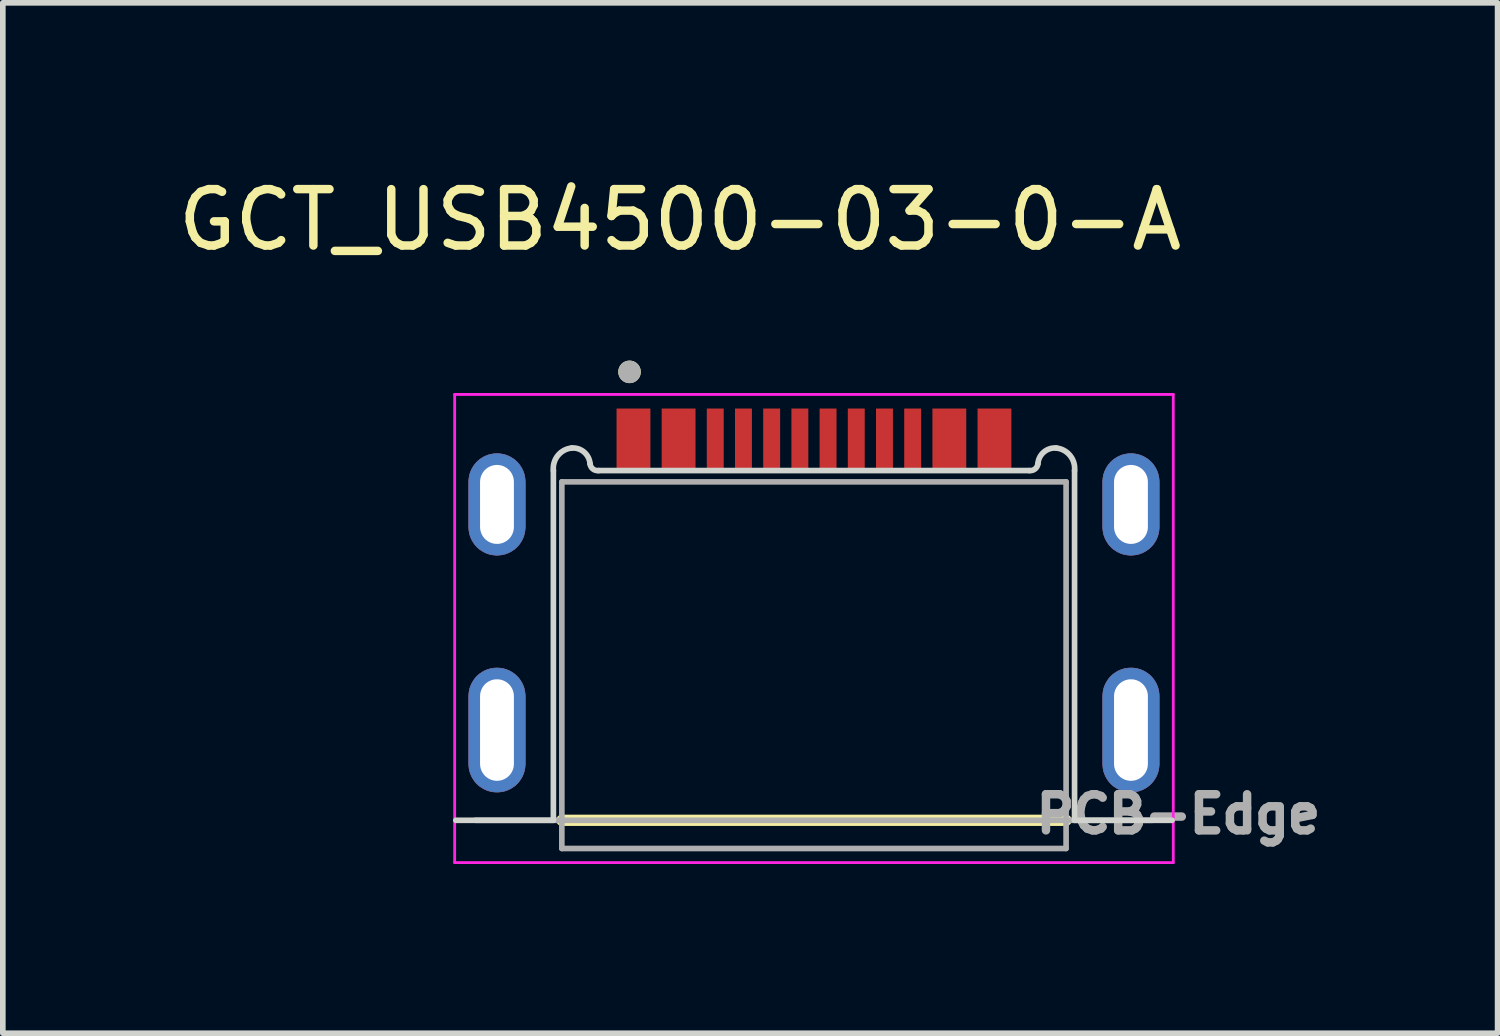
<source format=kicad_pcb>
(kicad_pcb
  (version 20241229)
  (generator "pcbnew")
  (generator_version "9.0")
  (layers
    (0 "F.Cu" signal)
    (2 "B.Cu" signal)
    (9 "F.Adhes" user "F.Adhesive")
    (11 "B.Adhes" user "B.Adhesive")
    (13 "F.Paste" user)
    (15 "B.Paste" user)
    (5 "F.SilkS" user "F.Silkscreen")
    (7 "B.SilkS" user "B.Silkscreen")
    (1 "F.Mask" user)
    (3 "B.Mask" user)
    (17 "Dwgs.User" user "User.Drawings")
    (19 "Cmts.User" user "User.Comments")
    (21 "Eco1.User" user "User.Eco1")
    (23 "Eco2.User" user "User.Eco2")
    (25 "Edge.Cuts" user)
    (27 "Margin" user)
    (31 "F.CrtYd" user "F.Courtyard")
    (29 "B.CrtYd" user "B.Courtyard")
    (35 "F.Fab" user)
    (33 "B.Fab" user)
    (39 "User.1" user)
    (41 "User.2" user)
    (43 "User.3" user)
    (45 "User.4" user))
  (footprint "GCT_USB4500-03-0-A"
    (layer "F.Cu")
    (at 11.381 9.893)
    (property "Reference" "GCT_USB4500-03-0-A" (at -2.375 -9.045 0) (layer "F.SilkS") (effects (font (size 1 1) (thickness 0.15))))
    (attr through_hole)
    (fp_poly (pts (xy -5.62 -3.1) (xy -5.646 -3.101) (xy -5.672 -3.103) (xy -5.698 -3.106) (xy -5.724 -3.111) (xy -5.749 -3.117) (xy -5.775 -3.124) (xy -5.799 -3.133) (xy -5.823 -3.143) (xy -5.847 -3.154) (xy -5.87 -3.167) (xy -5.892 -3.181) (xy -5.914 -3.195) (xy -5.935 -3.211) (xy -5.955 -3.228) (xy -5.974 -3.246) (xy -5.992 -3.265) (xy -6.009 -3.285) (xy -6.025 -3.306) (xy -6.039 -3.328) (xy -6.053 -3.35) (xy -6.066 -3.373) (xy -6.077 -3.397) (xy -6.087 -3.421) (xy -6.096 -3.445) (xy -6.103 -3.471) (xy -6.109 -3.496) (xy -6.114 -3.522) (xy -6.117 -3.548) (xy -6.119 -3.574) (xy -6.12 -3.6) (xy -6.12 -4.4) (xy -6.119 -4.426) (xy -6.117 -4.452) (xy -6.114 -4.478) (xy -6.109 -4.504) (xy -6.103 -4.529) (xy -6.096 -4.555) (xy -6.087 -4.579) (xy -6.077 -4.603) (xy -6.066 -4.627) (xy -6.053 -4.65) (xy -6.039 -4.672) (xy -6.025 -4.694) (xy -6.009 -4.715) (xy -5.992 -4.735) (xy -5.974 -4.754) (xy -5.955 -4.772) (xy -5.935 -4.789) (xy -5.914 -4.805) (xy -5.892 -4.819) (xy -5.87 -4.833) (xy -5.847 -4.846) (xy -5.823 -4.857) (xy -5.799 -4.867) (xy -5.775 -4.876) (xy -5.749 -4.883) (xy -5.724 -4.889) (xy -5.698 -4.894) (xy -5.672 -4.897) (xy -5.646 -4.899) (xy -5.62 -4.9) (xy -5.594 -4.899) (xy -5.568 -4.897) (xy -5.542 -4.894) (xy -5.516 -4.889) (xy -5.491 -4.883) (xy -5.465 -4.876) (xy -5.441 -4.867) (xy -5.417 -4.857) (xy -5.393 -4.846) (xy -5.37 -4.833) (xy -5.348 -4.819) (xy -5.326 -4.805) (xy -5.305 -4.789) (xy -5.285 -4.772) (xy -5.266 -4.754) (xy -5.248 -4.735) (xy -5.231 -4.715) (xy -5.215 -4.694) (xy -5.201 -4.672) (xy -5.187 -4.65) (xy -5.174 -4.627) (xy -5.163 -4.603) (xy -5.153 -4.579) (xy -5.144 -4.555) (xy -5.137 -4.529) (xy -5.131 -4.504) (xy -5.126 -4.478) (xy -5.123 -4.452) (xy -5.121 -4.426) (xy -5.12 -4.4) (xy -5.12 -3.6) (xy -5.121 -3.574) (xy -5.123 -3.548) (xy -5.126 -3.522) (xy -5.131 -3.496) (xy -5.137 -3.471) (xy -5.144 -3.445) (xy -5.153 -3.421) (xy -5.163 -3.397) (xy -5.174 -3.373) (xy -5.187 -3.35) (xy -5.201 -3.328) (xy -5.215 -3.306) (xy -5.231 -3.285) (xy -5.248 -3.265) (xy -5.266 -3.246) (xy -5.285 -3.228) (xy -5.305 -3.211) (xy -5.326 -3.195) (xy -5.348 -3.181) (xy -5.37 -3.167) (xy -5.393 -3.154) (xy -5.417 -3.143) (xy -5.441 -3.133) (xy -5.465 -3.124) (xy -5.491 -3.117) (xy -5.516 -3.111) (xy -5.542 -3.106) (xy -5.568 -3.103) (xy -5.594 -3.101) (xy -5.62 -3.1)) (stroke (width 0.01) (type solid)) (fill yes) (layer "F.Cu"))
    (fp_poly (pts (xy -5.62 1.1) (xy -5.646 1.099) (xy -5.672 1.097) (xy -5.698 1.094) (xy -5.724 1.089) (xy -5.749 1.083) (xy -5.775 1.076) (xy -5.799 1.067) (xy -5.823 1.057) (xy -5.847 1.046) (xy -5.87 1.033) (xy -5.892 1.019) (xy -5.914 1.005) (xy -5.935 0.989) (xy -5.955 0.972) (xy -5.974 0.954) (xy -5.992 0.935) (xy -6.009 0.915) (xy -6.025 0.894) (xy -6.039 0.872) (xy -6.053 0.85) (xy -6.066 0.827) (xy -6.077 0.803) (xy -6.087 0.779) (xy -6.096 0.755) (xy -6.103 0.729) (xy -6.109 0.704) (xy -6.114 0.678) (xy -6.117 0.652) (xy -6.119 0.626) (xy -6.12 0.6) (xy -6.12 -0.6) (xy -6.119 -0.626) (xy -6.117 -0.652) (xy -6.114 -0.678) (xy -6.109 -0.704) (xy -6.103 -0.729) (xy -6.096 -0.755) (xy -6.087 -0.779) (xy -6.077 -0.803) (xy -6.066 -0.827) (xy -6.053 -0.85) (xy -6.039 -0.872) (xy -6.025 -0.894) (xy -6.009 -0.915) (xy -5.992 -0.935) (xy -5.974 -0.954) (xy -5.955 -0.972) (xy -5.935 -0.989) (xy -5.914 -1.005) (xy -5.892 -1.019) (xy -5.87 -1.033) (xy -5.847 -1.046) (xy -5.823 -1.057) (xy -5.799 -1.067) (xy -5.775 -1.076) (xy -5.749 -1.083) (xy -5.724 -1.089) (xy -5.698 -1.094) (xy -5.672 -1.097) (xy -5.646 -1.099) (xy -5.62 -1.1) (xy -5.594 -1.099) (xy -5.568 -1.097) (xy -5.542 -1.094) (xy -5.516 -1.089) (xy -5.491 -1.083) (xy -5.465 -1.076) (xy -5.441 -1.067) (xy -5.417 -1.057) (xy -5.393 -1.046) (xy -5.37 -1.033) (xy -5.348 -1.019) (xy -5.326 -1.005) (xy -5.305 -0.989) (xy -5.285 -0.972) (xy -5.266 -0.954) (xy -5.248 -0.935) (xy -5.231 -0.915) (xy -5.215 -0.894) (xy -5.201 -0.872) (xy -5.187 -0.85) (xy -5.174 -0.827) (xy -5.163 -0.803) (xy -5.153 -0.779) (xy -5.144 -0.755) (xy -5.137 -0.729) (xy -5.131 -0.704) (xy -5.126 -0.678) (xy -5.123 -0.652) (xy -5.121 -0.626) (xy -5.12 -0.6) (xy -5.12 0.6) (xy -5.121 0.626) (xy -5.123 0.652) (xy -5.126 0.678) (xy -5.131 0.704) (xy -5.137 0.729) (xy -5.144 0.755) (xy -5.153 0.779) (xy -5.163 0.803) (xy -5.174 0.827) (xy -5.187 0.85) (xy -5.201 0.872) (xy -5.215 0.894) (xy -5.231 0.915) (xy -5.248 0.935) (xy -5.266 0.954) (xy -5.285 0.972) (xy -5.305 0.989) (xy -5.326 1.005) (xy -5.348 1.019) (xy -5.37 1.033) (xy -5.393 1.046) (xy -5.417 1.057) (xy -5.441 1.067) (xy -5.465 1.076) (xy -5.491 1.083) (xy -5.516 1.089) (xy -5.542 1.094) (xy -5.568 1.097) (xy -5.594 1.099) (xy -5.62 1.1)) (stroke (width 0.01) (type solid)) (fill yes) (layer "F.Cu"))
    (fp_poly (pts (xy 5.62 -3.1) (xy 5.594 -3.101) (xy 5.568 -3.103) (xy 5.542 -3.106) (xy 5.516 -3.111) (xy 5.491 -3.117) (xy 5.465 -3.124) (xy 5.441 -3.133) (xy 5.417 -3.143) (xy 5.393 -3.154) (xy 5.37 -3.167) (xy 5.348 -3.181) (xy 5.326 -3.195) (xy 5.305 -3.211) (xy 5.285 -3.228) (xy 5.266 -3.246) (xy 5.248 -3.265) (xy 5.231 -3.285) (xy 5.215 -3.306) (xy 5.201 -3.328) (xy 5.187 -3.35) (xy 5.174 -3.373) (xy 5.163 -3.397) (xy 5.153 -3.421) (xy 5.144 -3.445) (xy 5.137 -3.471) (xy 5.131 -3.496) (xy 5.126 -3.522) (xy 5.123 -3.548) (xy 5.121 -3.574) (xy 5.12 -3.6) (xy 5.12 -4.4) (xy 5.121 -4.426) (xy 5.123 -4.452) (xy 5.126 -4.478) (xy 5.131 -4.504) (xy 5.137 -4.529) (xy 5.144 -4.555) (xy 5.153 -4.579) (xy 5.163 -4.603) (xy 5.174 -4.627) (xy 5.187 -4.65) (xy 5.201 -4.672) (xy 5.215 -4.694) (xy 5.231 -4.715) (xy 5.248 -4.735) (xy 5.266 -4.754) (xy 5.285 -4.772) (xy 5.305 -4.789) (xy 5.326 -4.805) (xy 5.348 -4.819) (xy 5.37 -4.833) (xy 5.393 -4.846) (xy 5.417 -4.857) (xy 5.441 -4.867) (xy 5.465 -4.876) (xy 5.491 -4.883) (xy 5.516 -4.889) (xy 5.542 -4.894) (xy 5.568 -4.897) (xy 5.594 -4.899) (xy 5.62 -4.9) (xy 5.646 -4.899) (xy 5.672 -4.897) (xy 5.698 -4.894) (xy 5.724 -4.889) (xy 5.749 -4.883) (xy 5.775 -4.876) (xy 5.799 -4.867) (xy 5.823 -4.857) (xy 5.847 -4.846) (xy 5.87 -4.833) (xy 5.892 -4.819) (xy 5.914 -4.805) (xy 5.935 -4.789) (xy 5.955 -4.772) (xy 5.974 -4.754) (xy 5.992 -4.735) (xy 6.009 -4.715) (xy 6.025 -4.694) (xy 6.039 -4.672) (xy 6.053 -4.65) (xy 6.066 -4.627) (xy 6.077 -4.603) (xy 6.087 -4.579) (xy 6.096 -4.555) (xy 6.103 -4.529) (xy 6.109 -4.504) (xy 6.114 -4.478) (xy 6.117 -4.452) (xy 6.119 -4.426) (xy 6.12 -4.4) (xy 6.12 -3.6) (xy 6.119 -3.574) (xy 6.117 -3.548) (xy 6.114 -3.522) (xy 6.109 -3.496) (xy 6.103 -3.471) (xy 6.096 -3.445) (xy 6.087 -3.421) (xy 6.077 -3.397) (xy 6.066 -3.373) (xy 6.053 -3.35) (xy 6.039 -3.328) (xy 6.025 -3.306) (xy 6.009 -3.285) (xy 5.992 -3.265) (xy 5.974 -3.246) (xy 5.955 -3.228) (xy 5.935 -3.211) (xy 5.914 -3.195) (xy 5.892 -3.181) (xy 5.87 -3.167) (xy 5.847 -3.154) (xy 5.823 -3.143) (xy 5.799 -3.133) (xy 5.775 -3.124) (xy 5.749 -3.117) (xy 5.724 -3.111) (xy 5.698 -3.106) (xy 5.672 -3.103) (xy 5.646 -3.101) (xy 5.62 -3.1)) (stroke (width 0.01) (type solid)) (fill yes) (layer "F.Cu"))
    (fp_poly (pts (xy 5.62 1.1) (xy 5.594 1.099) (xy 5.568 1.097) (xy 5.542 1.094) (xy 5.516 1.089) (xy 5.491 1.083) (xy 5.465 1.076) (xy 5.441 1.067) (xy 5.417 1.057) (xy 5.393 1.046) (xy 5.37 1.033) (xy 5.348 1.019) (xy 5.326 1.005) (xy 5.305 0.989) (xy 5.285 0.972) (xy 5.266 0.954) (xy 5.248 0.935) (xy 5.231 0.915) (xy 5.215 0.894) (xy 5.201 0.872) (xy 5.187 0.85) (xy 5.174 0.827) (xy 5.163 0.803) (xy 5.153 0.779) (xy 5.144 0.755) (xy 5.137 0.729) (xy 5.131 0.704) (xy 5.126 0.678) (xy 5.123 0.652) (xy 5.121 0.626) (xy 5.12 0.6) (xy 5.12 -0.6) (xy 5.121 -0.626) (xy 5.123 -0.652) (xy 5.126 -0.678) (xy 5.131 -0.704) (xy 5.137 -0.729) (xy 5.144 -0.755) (xy 5.153 -0.779) (xy 5.163 -0.803) (xy 5.174 -0.827) (xy 5.187 -0.85) (xy 5.201 -0.872) (xy 5.215 -0.894) (xy 5.231 -0.915) (xy 5.248 -0.935) (xy 5.266 -0.954) (xy 5.285 -0.972) (xy 5.305 -0.989) (xy 5.326 -1.005) (xy 5.348 -1.019) (xy 5.37 -1.033) (xy 5.393 -1.046) (xy 5.417 -1.057) (xy 5.441 -1.067) (xy 5.465 -1.076) (xy 5.491 -1.083) (xy 5.516 -1.089) (xy 5.542 -1.094) (xy 5.568 -1.097) (xy 5.594 -1.099) (xy 5.62 -1.1) (xy 5.646 -1.099) (xy 5.672 -1.097) (xy 5.698 -1.094) (xy 5.724 -1.089) (xy 5.749 -1.083) (xy 5.775 -1.076) (xy 5.799 -1.067) (xy 5.823 -1.057) (xy 5.847 -1.046) (xy 5.87 -1.033) (xy 5.892 -1.019) (xy 5.914 -1.005) (xy 5.935 -0.989) (xy 5.955 -0.972) (xy 5.974 -0.954) (xy 5.992 -0.935) (xy 6.009 -0.915) (xy 6.025 -0.894) (xy 6.039 -0.872) (xy 6.053 -0.85) (xy 6.066 -0.827) (xy 6.077 -0.803) (xy 6.087 -0.779) (xy 6.096 -0.755) (xy 6.103 -0.729) (xy 6.109 -0.704) (xy 6.114 -0.678) (xy 6.117 -0.652) (xy 6.119 -0.626) (xy 6.12 -0.6) (xy 6.12 0.6) (xy 6.119 0.626) (xy 6.117 0.652) (xy 6.114 0.678) (xy 6.109 0.704) (xy 6.103 0.729) (xy 6.096 0.755) (xy 6.087 0.779) (xy 6.077 0.803) (xy 6.066 0.827) (xy 6.053 0.85) (xy 6.039 0.872) (xy 6.025 0.894) (xy 6.009 0.915) (xy 5.992 0.935) (xy 5.974 0.954) (xy 5.955 0.972) (xy 5.935 0.989) (xy 5.914 1.005) (xy 5.892 1.019) (xy 5.87 1.033) (xy 5.847 1.046) (xy 5.823 1.057) (xy 5.799 1.067) (xy 5.775 1.076) (xy 5.749 1.083) (xy 5.724 1.089) (xy 5.698 1.094) (xy 5.672 1.097) (xy 5.646 1.099) (xy 5.62 1.1)) (stroke (width 0.01) (type solid)) (fill yes) (layer "F.Cu"))
    (fp_poly (pts (xy -6.22 -3.6) (xy -6.22 -4.4) (xy -6.219 -4.431) (xy -6.217 -4.463) (xy -6.213 -4.494) (xy -6.207 -4.525) (xy -6.2 -4.555) (xy -6.191 -4.585) (xy -6.18 -4.615) (xy -6.168 -4.644) (xy -6.155 -4.672) (xy -6.14 -4.7) (xy -6.123 -4.727) (xy -6.105 -4.753) (xy -6.086 -4.778) (xy -6.066 -4.801) (xy -6.044 -4.824) (xy -6.021 -4.846) (xy -5.998 -4.866) (xy -5.973 -4.885) (xy -5.947 -4.903) (xy -5.92 -4.92) (xy -5.892 -4.935) (xy -5.864 -4.948) (xy -5.835 -4.96) (xy -5.805 -4.971) (xy -5.775 -4.98) (xy -5.745 -4.987) (xy -5.714 -4.993) (xy -5.683 -4.997) (xy -5.651 -4.999) (xy -5.62 -5) (xy -5.589 -4.999) (xy -5.557 -4.997) (xy -5.526 -4.993) (xy -5.495 -4.987) (xy -5.465 -4.98) (xy -5.435 -4.971) (xy -5.405 -4.96) (xy -5.376 -4.948) (xy -5.348 -4.935) (xy -5.32 -4.92) (xy -5.293 -4.903) (xy -5.267 -4.885) (xy -5.242 -4.866) (xy -5.219 -4.846) (xy -5.196 -4.824) (xy -5.174 -4.801) (xy -5.154 -4.778) (xy -5.135 -4.753) (xy -5.117 -4.727) (xy -5.1 -4.7) (xy -5.085 -4.672) (xy -5.072 -4.644) (xy -5.06 -4.615) (xy -5.049 -4.585) (xy -5.04 -4.555) (xy -5.033 -4.525) (xy -5.027 -4.494) (xy -5.023 -4.463) (xy -5.021 -4.431) (xy -5.02 -4.4) (xy -5.02 -3.6) (xy -5.021 -3.569) (xy -5.023 -3.537) (xy -5.027 -3.506) (xy -5.033 -3.475) (xy -5.04 -3.445) (xy -5.049 -3.415) (xy -5.06 -3.385) (xy -5.072 -3.356) (xy -5.085 -3.328) (xy -5.1 -3.3) (xy -5.117 -3.273) (xy -5.135 -3.247) (xy -5.154 -3.222) (xy -5.174 -3.199) (xy -5.196 -3.176) (xy -5.219 -3.154) (xy -5.242 -3.134) (xy -5.267 -3.115) (xy -5.293 -3.097) (xy -5.32 -3.08) (xy -5.348 -3.065) (xy -5.376 -3.052) (xy -5.405 -3.04) (xy -5.435 -3.029) (xy -5.465 -3.02) (xy -5.495 -3.013) (xy -5.526 -3.007) (xy -5.557 -3.003) (xy -5.589 -3.001) (xy -5.62 -3) (xy -5.651 -3.001) (xy -5.683 -3.003) (xy -5.714 -3.007) (xy -5.745 -3.013) (xy -5.775 -3.02) (xy -5.805 -3.029) (xy -5.835 -3.04) (xy -5.864 -3.052) (xy -5.892 -3.065) (xy -5.92 -3.08) (xy -5.947 -3.097) (xy -5.973 -3.115) (xy -5.998 -3.134) (xy -6.021 -3.154) (xy -6.044 -3.176) (xy -6.066 -3.199) (xy -6.086 -3.222) (xy -6.105 -3.247) (xy -6.123 -3.273) (xy -6.14 -3.3) (xy -6.155 -3.328) (xy -6.168 -3.356) (xy -6.18 -3.385) (xy -6.191 -3.415) (xy -6.2 -3.445) (xy -6.207 -3.475) (xy -6.213 -3.506) (xy -6.217 -3.537) (xy -6.219 -3.569) (xy -6.22 -3.6)) (stroke (width 0.01) (type solid)) (fill yes) (layer "F.Mask"))
    (fp_poly (pts (xy -6.22 0.6) (xy -6.22 -0.6) (xy -6.219 -0.631) (xy -6.217 -0.663) (xy -6.213 -0.694) (xy -6.207 -0.725) (xy -6.2 -0.755) (xy -6.191 -0.785) (xy -6.18 -0.815) (xy -6.168 -0.844) (xy -6.155 -0.872) (xy -6.14 -0.9) (xy -6.123 -0.927) (xy -6.105 -0.953) (xy -6.086 -0.978) (xy -6.066 -1.001) (xy -6.044 -1.024) (xy -6.021 -1.046) (xy -5.998 -1.066) (xy -5.973 -1.085) (xy -5.947 -1.103) (xy -5.92 -1.12) (xy -5.892 -1.135) (xy -5.864 -1.148) (xy -5.835 -1.16) (xy -5.805 -1.171) (xy -5.775 -1.18) (xy -5.745 -1.187) (xy -5.714 -1.193) (xy -5.683 -1.197) (xy -5.651 -1.199) (xy -5.62 -1.2) (xy -5.589 -1.199) (xy -5.557 -1.197) (xy -5.526 -1.193) (xy -5.495 -1.187) (xy -5.465 -1.18) (xy -5.435 -1.171) (xy -5.405 -1.16) (xy -5.376 -1.148) (xy -5.348 -1.135) (xy -5.32 -1.12) (xy -5.293 -1.103) (xy -5.267 -1.085) (xy -5.242 -1.066) (xy -5.219 -1.046) (xy -5.196 -1.024) (xy -5.174 -1.001) (xy -5.154 -0.978) (xy -5.135 -0.953) (xy -5.117 -0.927) (xy -5.1 -0.9) (xy -5.085 -0.872) (xy -5.072 -0.844) (xy -5.06 -0.815) (xy -5.049 -0.785) (xy -5.04 -0.755) (xy -5.033 -0.725) (xy -5.027 -0.694) (xy -5.023 -0.663) (xy -5.021 -0.631) (xy -5.02 -0.6) (xy -5.02 0.6) (xy -5.021 0.631) (xy -5.023 0.663) (xy -5.027 0.694) (xy -5.033 0.725) (xy -5.04 0.755) (xy -5.049 0.785) (xy -5.06 0.815) (xy -5.072 0.844) (xy -5.085 0.872) (xy -5.1 0.9) (xy -5.117 0.927) (xy -5.135 0.953) (xy -5.154 0.978) (xy -5.174 1.001) (xy -5.196 1.024) (xy -5.219 1.046) (xy -5.242 1.066) (xy -5.267 1.085) (xy -5.293 1.103) (xy -5.32 1.12) (xy -5.348 1.135) (xy -5.376 1.148) (xy -5.405 1.16) (xy -5.435 1.171) (xy -5.465 1.18) (xy -5.495 1.187) (xy -5.526 1.193) (xy -5.557 1.197) (xy -5.589 1.199) (xy -5.62 1.2) (xy -5.651 1.199) (xy -5.683 1.197) (xy -5.714 1.193) (xy -5.745 1.187) (xy -5.775 1.18) (xy -5.805 1.171) (xy -5.835 1.16) (xy -5.864 1.148) (xy -5.892 1.135) (xy -5.92 1.12) (xy -5.947 1.103) (xy -5.973 1.085) (xy -5.998 1.066) (xy -6.021 1.046) (xy -6.044 1.024) (xy -6.066 1.001) (xy -6.086 0.978) (xy -6.105 0.953) (xy -6.123 0.927) (xy -6.14 0.9) (xy -6.155 0.872) (xy -6.168 0.844) (xy -6.18 0.815) (xy -6.191 0.785) (xy -6.2 0.755) (xy -6.207 0.725) (xy -6.213 0.694) (xy -6.217 0.663) (xy -6.219 0.631) (xy -6.22 0.6)) (stroke (width 0.01) (type solid)) (fill yes) (layer "F.Mask"))
    (fp_poly (pts (xy 5.02 -3.6) (xy 5.02 -4.4) (xy 5.021 -4.431) (xy 5.023 -4.463) (xy 5.027 -4.494) (xy 5.033 -4.525) (xy 5.04 -4.555) (xy 5.049 -4.585) (xy 5.06 -4.615) (xy 5.072 -4.644) (xy 5.085 -4.672) (xy 5.1 -4.7) (xy 5.117 -4.727) (xy 5.135 -4.753) (xy 5.154 -4.778) (xy 5.174 -4.801) (xy 5.196 -4.824) (xy 5.219 -4.846) (xy 5.242 -4.866) (xy 5.267 -4.885) (xy 5.293 -4.903) (xy 5.32 -4.92) (xy 5.348 -4.935) (xy 5.376 -4.948) (xy 5.405 -4.96) (xy 5.435 -4.971) (xy 5.465 -4.98) (xy 5.495 -4.987) (xy 5.526 -4.993) (xy 5.557 -4.997) (xy 5.589 -4.999) (xy 5.62 -5) (xy 5.651 -4.999) (xy 5.683 -4.997) (xy 5.714 -4.993) (xy 5.745 -4.987) (xy 5.775 -4.98) (xy 5.805 -4.971) (xy 5.835 -4.96) (xy 5.864 -4.948) (xy 5.892 -4.935) (xy 5.92 -4.92) (xy 5.947 -4.903) (xy 5.973 -4.885) (xy 5.998 -4.866) (xy 6.021 -4.846) (xy 6.044 -4.824) (xy 6.066 -4.801) (xy 6.086 -4.778) (xy 6.105 -4.753) (xy 6.123 -4.727) (xy 6.14 -4.7) (xy 6.155 -4.672) (xy 6.168 -4.644) (xy 6.18 -4.615) (xy 6.191 -4.585) (xy 6.2 -4.555) (xy 6.207 -4.525) (xy 6.213 -4.494) (xy 6.217 -4.463) (xy 6.219 -4.431) (xy 6.22 -4.4) (xy 6.22 -3.6) (xy 6.219 -3.569) (xy 6.217 -3.537) (xy 6.213 -3.506) (xy 6.207 -3.475) (xy 6.2 -3.445) (xy 6.191 -3.415) (xy 6.18 -3.385) (xy 6.168 -3.356) (xy 6.155 -3.328) (xy 6.14 -3.3) (xy 6.123 -3.273) (xy 6.105 -3.247) (xy 6.086 -3.222) (xy 6.066 -3.199) (xy 6.044 -3.176) (xy 6.021 -3.154) (xy 5.998 -3.134) (xy 5.973 -3.115) (xy 5.947 -3.097) (xy 5.92 -3.08) (xy 5.892 -3.065) (xy 5.864 -3.052) (xy 5.835 -3.04) (xy 5.805 -3.029) (xy 5.775 -3.02) (xy 5.745 -3.013) (xy 5.714 -3.007) (xy 5.683 -3.003) (xy 5.651 -3.001) (xy 5.62 -3) (xy 5.589 -3.001) (xy 5.557 -3.003) (xy 5.526 -3.007) (xy 5.495 -3.013) (xy 5.465 -3.02) (xy 5.435 -3.029) (xy 5.405 -3.04) (xy 5.376 -3.052) (xy 5.348 -3.065) (xy 5.32 -3.08) (xy 5.293 -3.097) (xy 5.267 -3.115) (xy 5.242 -3.134) (xy 5.219 -3.154) (xy 5.196 -3.176) (xy 5.174 -3.199) (xy 5.154 -3.222) (xy 5.135 -3.247) (xy 5.117 -3.273) (xy 5.1 -3.3) (xy 5.085 -3.328) (xy 5.072 -3.356) (xy 5.06 -3.385) (xy 5.049 -3.415) (xy 5.04 -3.445) (xy 5.033 -3.475) (xy 5.027 -3.506) (xy 5.023 -3.537) (xy 5.021 -3.569) (xy 5.02 -3.6)) (stroke (width 0.01) (type solid)) (fill yes) (layer "F.Mask"))
    (fp_poly (pts (xy 5.02 0) (xy 5.02 -0.6) (xy 5.021 -0.631) (xy 5.023 -0.663) (xy 5.027 -0.694) (xy 5.033 -0.725) (xy 5.04 -0.755) (xy 5.049 -0.785) (xy 5.06 -0.815) (xy 5.072 -0.844) (xy 5.085 -0.872) (xy 5.1 -0.9) (xy 5.117 -0.927) (xy 5.135 -0.953) (xy 5.154 -0.978) (xy 5.174 -1.001) (xy 5.196 -1.024) (xy 5.219 -1.046) (xy 5.242 -1.066) (xy 5.267 -1.085) (xy 5.293 -1.103) (xy 5.32 -1.12) (xy 5.348 -1.135) (xy 5.376 -1.148) (xy 5.405 -1.16) (xy 5.435 -1.171) (xy 5.465 -1.18) (xy 5.495 -1.187) (xy 5.526 -1.193) (xy 5.557 -1.197) (xy 5.589 -1.199) (xy 5.62 -1.2) (xy 5.651 -1.199) (xy 5.683 -1.197) (xy 5.714 -1.193) (xy 5.745 -1.187) (xy 5.775 -1.18) (xy 5.805 -1.171) (xy 5.835 -1.16) (xy 5.864 -1.148) (xy 5.892 -1.135) (xy 5.92 -1.12) (xy 5.947 -1.103) (xy 5.973 -1.085) (xy 5.998 -1.066) (xy 6.021 -1.046) (xy 6.044 -1.024) (xy 6.066 -1.001) (xy 6.086 -0.978) (xy 6.105 -0.953) (xy 6.123 -0.927) (xy 6.14 -0.9) (xy 6.155 -0.872) (xy 6.168 -0.844) (xy 6.18 -0.815) (xy 6.191 -0.785) (xy 6.2 -0.755) (xy 6.207 -0.725) (xy 6.213 -0.694) (xy 6.217 -0.663) (xy 6.219 -0.631) (xy 6.22 -0.6) (xy 6.22 0) (xy 6.22 0.6) (xy 6.219 0.631) (xy 6.217 0.663) (xy 6.213 0.694) (xy 6.207 0.725) (xy 6.2 0.755) (xy 6.191 0.785) (xy 6.18 0.815) (xy 6.168 0.844) (xy 6.155 0.872) (xy 6.14 0.9) (xy 6.123 0.927) (xy 6.105 0.953) (xy 6.086 0.978) (xy 6.066 1.001) (xy 6.044 1.024) (xy 6.021 1.046) (xy 5.998 1.066) (xy 5.973 1.085) (xy 5.947 1.103) (xy 5.92 1.12) (xy 5.892 1.135) (xy 5.864 1.148) (xy 5.835 1.16) (xy 5.805 1.171) (xy 5.775 1.18) (xy 5.745 1.187) (xy 5.714 1.193) (xy 5.683 1.197) (xy 5.651 1.199) (xy 5.62 1.2) (xy 5.589 1.199) (xy 5.557 1.197) (xy 5.526 1.193) (xy 5.495 1.187) (xy 5.465 1.18) (xy 5.435 1.171) (xy 5.405 1.16) (xy 5.376 1.148) (xy 5.348 1.135) (xy 5.32 1.12) (xy 5.293 1.103) (xy 5.267 1.085) (xy 5.242 1.066) (xy 5.219 1.046) (xy 5.196 1.024) (xy 5.174 1.001) (xy 5.154 0.978) (xy 5.135 0.953) (xy 5.117 0.927) (xy 5.1 0.9) (xy 5.085 0.872) (xy 5.072 0.844) (xy 5.06 0.815) (xy 5.049 0.785) (xy 5.04 0.755) (xy 5.033 0.725) (xy 5.027 0.694) (xy 5.023 0.663) (xy 5.021 0.631) (xy 5.02 0.6) (xy 5.02 0)) (stroke (width 0.01) (type solid)) (fill yes) (layer "F.Mask"))
    (fp_poly (pts (xy -5.62 -3.1) (xy -5.646 -3.101) (xy -5.672 -3.103) (xy -5.698 -3.106) (xy -5.724 -3.111) (xy -5.749 -3.117) (xy -5.775 -3.124) (xy -5.799 -3.133) (xy -5.823 -3.143) (xy -5.847 -3.154) (xy -5.87 -3.167) (xy -5.892 -3.181) (xy -5.914 -3.195) (xy -5.935 -3.211) (xy -5.955 -3.228) (xy -5.974 -3.246) (xy -5.992 -3.265) (xy -6.009 -3.285) (xy -6.025 -3.306) (xy -6.039 -3.328) (xy -6.053 -3.35) (xy -6.066 -3.373) (xy -6.077 -3.397) (xy -6.087 -3.421) (xy -6.096 -3.445) (xy -6.103 -3.471) (xy -6.109 -3.496) (xy -6.114 -3.522) (xy -6.117 -3.548) (xy -6.119 -3.574) (xy -6.12 -3.6) (xy -6.12 -4.4) (xy -6.119 -4.426) (xy -6.117 -4.452) (xy -6.114 -4.478) (xy -6.109 -4.504) (xy -6.103 -4.529) (xy -6.096 -4.555) (xy -6.087 -4.579) (xy -6.077 -4.603) (xy -6.066 -4.627) (xy -6.053 -4.65) (xy -6.039 -4.672) (xy -6.025 -4.694) (xy -6.009 -4.715) (xy -5.992 -4.735) (xy -5.974 -4.754) (xy -5.955 -4.772) (xy -5.935 -4.789) (xy -5.914 -4.805) (xy -5.892 -4.819) (xy -5.87 -4.833) (xy -5.847 -4.846) (xy -5.823 -4.857) (xy -5.799 -4.867) (xy -5.775 -4.876) (xy -5.749 -4.883) (xy -5.724 -4.889) (xy -5.698 -4.894) (xy -5.672 -4.897) (xy -5.646 -4.899) (xy -5.62 -4.9) (xy -5.594 -4.899) (xy -5.568 -4.897) (xy -5.542 -4.894) (xy -5.516 -4.889) (xy -5.491 -4.883) (xy -5.465 -4.876) (xy -5.441 -4.867) (xy -5.417 -4.857) (xy -5.393 -4.846) (xy -5.37 -4.833) (xy -5.348 -4.819) (xy -5.326 -4.805) (xy -5.305 -4.789) (xy -5.285 -4.772) (xy -5.266 -4.754) (xy -5.248 -4.735) (xy -5.231 -4.715) (xy -5.215 -4.694) (xy -5.201 -4.672) (xy -5.187 -4.65) (xy -5.174 -4.627) (xy -5.163 -4.603) (xy -5.153 -4.579) (xy -5.144 -4.555) (xy -5.137 -4.529) (xy -5.131 -4.504) (xy -5.126 -4.478) (xy -5.123 -4.452) (xy -5.121 -4.426) (xy -5.12 -4.4) (xy -5.12 -3.6) (xy -5.121 -3.574) (xy -5.123 -3.548) (xy -5.126 -3.522) (xy -5.131 -3.496) (xy -5.137 -3.471) (xy -5.144 -3.445) (xy -5.153 -3.421) (xy -5.163 -3.397) (xy -5.174 -3.373) (xy -5.187 -3.35) (xy -5.201 -3.328) (xy -5.215 -3.306) (xy -5.231 -3.285) (xy -5.248 -3.265) (xy -5.266 -3.246) (xy -5.285 -3.228) (xy -5.305 -3.211) (xy -5.326 -3.195) (xy -5.348 -3.181) (xy -5.37 -3.167) (xy -5.393 -3.154) (xy -5.417 -3.143) (xy -5.441 -3.133) (xy -5.465 -3.124) (xy -5.491 -3.117) (xy -5.516 -3.111) (xy -5.542 -3.106) (xy -5.568 -3.103) (xy -5.594 -3.101) (xy -5.62 -3.1)) (stroke (width 0.01) (type solid)) (fill yes) (layer "B.Cu"))
    (fp_poly (pts (xy -5.62 1.1) (xy -5.646 1.099) (xy -5.672 1.097) (xy -5.698 1.094) (xy -5.724 1.089) (xy -5.749 1.083) (xy -5.775 1.076) (xy -5.799 1.067) (xy -5.823 1.057) (xy -5.847 1.046) (xy -5.87 1.033) (xy -5.892 1.019) (xy -5.914 1.005) (xy -5.935 0.989) (xy -5.955 0.972) (xy -5.974 0.954) (xy -5.992 0.935) (xy -6.009 0.915) (xy -6.025 0.894) (xy -6.039 0.872) (xy -6.053 0.85) (xy -6.066 0.827) (xy -6.077 0.803) (xy -6.087 0.779) (xy -6.096 0.755) (xy -6.103 0.729) (xy -6.109 0.704) (xy -6.114 0.678) (xy -6.117 0.652) (xy -6.119 0.626) (xy -6.12 0.6) (xy -6.12 -0.6) (xy -6.119 -0.626) (xy -6.117 -0.652) (xy -6.114 -0.678) (xy -6.109 -0.704) (xy -6.103 -0.729) (xy -6.096 -0.755) (xy -6.087 -0.779) (xy -6.077 -0.803) (xy -6.066 -0.827) (xy -6.053 -0.85) (xy -6.039 -0.872) (xy -6.025 -0.894) (xy -6.009 -0.915) (xy -5.992 -0.935) (xy -5.974 -0.954) (xy -5.955 -0.972) (xy -5.935 -0.989) (xy -5.914 -1.005) (xy -5.892 -1.019) (xy -5.87 -1.033) (xy -5.847 -1.046) (xy -5.823 -1.057) (xy -5.799 -1.067) (xy -5.775 -1.076) (xy -5.749 -1.083) (xy -5.724 -1.089) (xy -5.698 -1.094) (xy -5.672 -1.097) (xy -5.646 -1.099) (xy -5.62 -1.1) (xy -5.594 -1.099) (xy -5.568 -1.097) (xy -5.542 -1.094) (xy -5.516 -1.089) (xy -5.491 -1.083) (xy -5.465 -1.076) (xy -5.441 -1.067) (xy -5.417 -1.057) (xy -5.393 -1.046) (xy -5.37 -1.033) (xy -5.348 -1.019) (xy -5.326 -1.005) (xy -5.305 -0.989) (xy -5.285 -0.972) (xy -5.266 -0.954) (xy -5.248 -0.935) (xy -5.231 -0.915) (xy -5.215 -0.894) (xy -5.201 -0.872) (xy -5.187 -0.85) (xy -5.174 -0.827) (xy -5.163 -0.803) (xy -5.153 -0.779) (xy -5.144 -0.755) (xy -5.137 -0.729) (xy -5.131 -0.704) (xy -5.126 -0.678) (xy -5.123 -0.652) (xy -5.121 -0.626) (xy -5.12 -0.6) (xy -5.12 0.6) (xy -5.121 0.626) (xy -5.123 0.652) (xy -5.126 0.678) (xy -5.131 0.704) (xy -5.137 0.729) (xy -5.144 0.755) (xy -5.153 0.779) (xy -5.163 0.803) (xy -5.174 0.827) (xy -5.187 0.85) (xy -5.201 0.872) (xy -5.215 0.894) (xy -5.231 0.915) (xy -5.248 0.935) (xy -5.266 0.954) (xy -5.285 0.972) (xy -5.305 0.989) (xy -5.326 1.005) (xy -5.348 1.019) (xy -5.37 1.033) (xy -5.393 1.046) (xy -5.417 1.057) (xy -5.441 1.067) (xy -5.465 1.076) (xy -5.491 1.083) (xy -5.516 1.089) (xy -5.542 1.094) (xy -5.568 1.097) (xy -5.594 1.099) (xy -5.62 1.1)) (stroke (width 0.01) (type solid)) (fill yes) (layer "B.Cu"))
    (fp_poly (pts (xy 5.62 -3.1) (xy 5.594 -3.101) (xy 5.568 -3.103) (xy 5.542 -3.106) (xy 5.516 -3.111) (xy 5.491 -3.117) (xy 5.465 -3.124) (xy 5.441 -3.133) (xy 5.417 -3.143) (xy 5.393 -3.154) (xy 5.37 -3.167) (xy 5.348 -3.181) (xy 5.326 -3.195) (xy 5.305 -3.211) (xy 5.285 -3.228) (xy 5.266 -3.246) (xy 5.248 -3.265) (xy 5.231 -3.285) (xy 5.215 -3.306) (xy 5.201 -3.328) (xy 5.187 -3.35) (xy 5.174 -3.373) (xy 5.163 -3.397) (xy 5.153 -3.421) (xy 5.144 -3.445) (xy 5.137 -3.471) (xy 5.131 -3.496) (xy 5.126 -3.522) (xy 5.123 -3.548) (xy 5.121 -3.574) (xy 5.12 -3.6) (xy 5.12 -4.4) (xy 5.121 -4.426) (xy 5.123 -4.452) (xy 5.126 -4.478) (xy 5.131 -4.504) (xy 5.137 -4.529) (xy 5.144 -4.555) (xy 5.153 -4.579) (xy 5.163 -4.603) (xy 5.174 -4.627) (xy 5.187 -4.65) (xy 5.201 -4.672) (xy 5.215 -4.694) (xy 5.231 -4.715) (xy 5.248 -4.735) (xy 5.266 -4.754) (xy 5.285 -4.772) (xy 5.305 -4.789) (xy 5.326 -4.805) (xy 5.348 -4.819) (xy 5.37 -4.833) (xy 5.393 -4.846) (xy 5.417 -4.857) (xy 5.441 -4.867) (xy 5.465 -4.876) (xy 5.491 -4.883) (xy 5.516 -4.889) (xy 5.542 -4.894) (xy 5.568 -4.897) (xy 5.594 -4.899) (xy 5.62 -4.9) (xy 5.646 -4.899) (xy 5.672 -4.897) (xy 5.698 -4.894) (xy 5.724 -4.889) (xy 5.749 -4.883) (xy 5.775 -4.876) (xy 5.799 -4.867) (xy 5.823 -4.857) (xy 5.847 -4.846) (xy 5.87 -4.833) (xy 5.892 -4.819) (xy 5.914 -4.805) (xy 5.935 -4.789) (xy 5.955 -4.772) (xy 5.974 -4.754) (xy 5.992 -4.735) (xy 6.009 -4.715) (xy 6.025 -4.694) (xy 6.039 -4.672) (xy 6.053 -4.65) (xy 6.066 -4.627) (xy 6.077 -4.603) (xy 6.087 -4.579) (xy 6.096 -4.555) (xy 6.103 -4.529) (xy 6.109 -4.504) (xy 6.114 -4.478) (xy 6.117 -4.452) (xy 6.119 -4.426) (xy 6.12 -4.4) (xy 6.12 -3.6) (xy 6.119 -3.574) (xy 6.117 -3.548) (xy 6.114 -3.522) (xy 6.109 -3.496) (xy 6.103 -3.471) (xy 6.096 -3.445) (xy 6.087 -3.421) (xy 6.077 -3.397) (xy 6.066 -3.373) (xy 6.053 -3.35) (xy 6.039 -3.328) (xy 6.025 -3.306) (xy 6.009 -3.285) (xy 5.992 -3.265) (xy 5.974 -3.246) (xy 5.955 -3.228) (xy 5.935 -3.211) (xy 5.914 -3.195) (xy 5.892 -3.181) (xy 5.87 -3.167) (xy 5.847 -3.154) (xy 5.823 -3.143) (xy 5.799 -3.133) (xy 5.775 -3.124) (xy 5.749 -3.117) (xy 5.724 -3.111) (xy 5.698 -3.106) (xy 5.672 -3.103) (xy 5.646 -3.101) (xy 5.62 -3.1)) (stroke (width 0.01) (type solid)) (fill yes) (layer "B.Cu"))
    (fp_poly (pts (xy 5.62 1.1) (xy 5.594 1.099) (xy 5.568 1.097) (xy 5.542 1.094) (xy 5.516 1.089) (xy 5.491 1.083) (xy 5.465 1.076) (xy 5.441 1.067) (xy 5.417 1.057) (xy 5.393 1.046) (xy 5.37 1.033) (xy 5.348 1.019) (xy 5.326 1.005) (xy 5.305 0.989) (xy 5.285 0.972) (xy 5.266 0.954) (xy 5.248 0.935) (xy 5.231 0.915) (xy 5.215 0.894) (xy 5.201 0.872) (xy 5.187 0.85) (xy 5.174 0.827) (xy 5.163 0.803) (xy 5.153 0.779) (xy 5.144 0.755) (xy 5.137 0.729) (xy 5.131 0.704) (xy 5.126 0.678) (xy 5.123 0.652) (xy 5.121 0.626) (xy 5.12 0.6) (xy 5.12 -0.6) (xy 5.121 -0.626) (xy 5.123 -0.652) (xy 5.126 -0.678) (xy 5.131 -0.704) (xy 5.137 -0.729) (xy 5.144 -0.755) (xy 5.153 -0.779) (xy 5.163 -0.803) (xy 5.174 -0.827) (xy 5.187 -0.85) (xy 5.201 -0.872) (xy 5.215 -0.894) (xy 5.231 -0.915) (xy 5.248 -0.935) (xy 5.266 -0.954) (xy 5.285 -0.972) (xy 5.305 -0.989) (xy 5.326 -1.005) (xy 5.348 -1.019) (xy 5.37 -1.033) (xy 5.393 -1.046) (xy 5.417 -1.057) (xy 5.441 -1.067) (xy 5.465 -1.076) (xy 5.491 -1.083) (xy 5.516 -1.089) (xy 5.542 -1.094) (xy 5.568 -1.097) (xy 5.594 -1.099) (xy 5.62 -1.1) (xy 5.646 -1.099) (xy 5.672 -1.097) (xy 5.698 -1.094) (xy 5.724 -1.089) (xy 5.749 -1.083) (xy 5.775 -1.076) (xy 5.799 -1.067) (xy 5.823 -1.057) (xy 5.847 -1.046) (xy 5.87 -1.033) (xy 5.892 -1.019) (xy 5.914 -1.005) (xy 5.935 -0.989) (xy 5.955 -0.972) (xy 5.974 -0.954) (xy 5.992 -0.935) (xy 6.009 -0.915) (xy 6.025 -0.894) (xy 6.039 -0.872) (xy 6.053 -0.85) (xy 6.066 -0.827) (xy 6.077 -0.803) (xy 6.087 -0.779) (xy 6.096 -0.755) (xy 6.103 -0.729) (xy 6.109 -0.704) (xy 6.114 -0.678) (xy 6.117 -0.652) (xy 6.119 -0.626) (xy 6.12 -0.6) (xy 6.12 0.6) (xy 6.119 0.626) (xy 6.117 0.652) (xy 6.114 0.678) (xy 6.109 0.704) (xy 6.103 0.729) (xy 6.096 0.755) (xy 6.087 0.779) (xy 6.077 0.803) (xy 6.066 0.827) (xy 6.053 0.85) (xy 6.039 0.872) (xy 6.025 0.894) (xy 6.009 0.915) (xy 5.992 0.935) (xy 5.974 0.954) (xy 5.955 0.972) (xy 5.935 0.989) (xy 5.914 1.005) (xy 5.892 1.019) (xy 5.87 1.033) (xy 5.847 1.046) (xy 5.823 1.057) (xy 5.799 1.067) (xy 5.775 1.076) (xy 5.749 1.083) (xy 5.724 1.089) (xy 5.698 1.094) (xy 5.672 1.097) (xy 5.646 1.099) (xy 5.62 1.1)) (stroke (width 0.01) (type solid)) (fill yes) (layer "B.Cu"))
    (fp_poly (pts (xy -6.22 -3.6) (xy -6.22 -4.4) (xy -6.219 -4.431) (xy -6.217 -4.463) (xy -6.213 -4.494) (xy -6.207 -4.525) (xy -6.2 -4.555) (xy -6.191 -4.585) (xy -6.18 -4.615) (xy -6.168 -4.644) (xy -6.155 -4.672) (xy -6.14 -4.7) (xy -6.123 -4.727) (xy -6.105 -4.753) (xy -6.086 -4.778) (xy -6.066 -4.801) (xy -6.044 -4.824) (xy -6.021 -4.846) (xy -5.998 -4.866) (xy -5.973 -4.885) (xy -5.947 -4.903) (xy -5.92 -4.92) (xy -5.892 -4.935) (xy -5.864 -4.948) (xy -5.835 -4.96) (xy -5.805 -4.971) (xy -5.775 -4.98) (xy -5.745 -4.987) (xy -5.714 -4.993) (xy -5.683 -4.997) (xy -5.651 -4.999) (xy -5.62 -5) (xy -5.589 -4.999) (xy -5.557 -4.997) (xy -5.526 -4.993) (xy -5.495 -4.987) (xy -5.465 -4.98) (xy -5.435 -4.971) (xy -5.405 -4.96) (xy -5.376 -4.948) (xy -5.348 -4.935) (xy -5.32 -4.92) (xy -5.293 -4.903) (xy -5.267 -4.885) (xy -5.242 -4.866) (xy -5.219 -4.846) (xy -5.196 -4.824) (xy -5.174 -4.801) (xy -5.154 -4.778) (xy -5.135 -4.753) (xy -5.117 -4.727) (xy -5.1 -4.7) (xy -5.085 -4.672) (xy -5.072 -4.644) (xy -5.06 -4.615) (xy -5.049 -4.585) (xy -5.04 -4.555) (xy -5.033 -4.525) (xy -5.027 -4.494) (xy -5.023 -4.463) (xy -5.021 -4.431) (xy -5.02 -4.4) (xy -5.02 -3.6) (xy -5.021 -3.569) (xy -5.023 -3.537) (xy -5.027 -3.506) (xy -5.033 -3.475) (xy -5.04 -3.445) (xy -5.049 -3.415) (xy -5.06 -3.385) (xy -5.072 -3.356) (xy -5.085 -3.328) (xy -5.1 -3.3) (xy -5.117 -3.273) (xy -5.135 -3.247) (xy -5.154 -3.222) (xy -5.174 -3.199) (xy -5.196 -3.176) (xy -5.219 -3.154) (xy -5.242 -3.134) (xy -5.267 -3.115) (xy -5.293 -3.097) (xy -5.32 -3.08) (xy -5.348 -3.065) (xy -5.376 -3.052) (xy -5.405 -3.04) (xy -5.435 -3.029) (xy -5.465 -3.02) (xy -5.495 -3.013) (xy -5.526 -3.007) (xy -5.557 -3.003) (xy -5.589 -3.001) (xy -5.62 -3) (xy -5.651 -3.001) (xy -5.683 -3.003) (xy -5.714 -3.007) (xy -5.745 -3.013) (xy -5.775 -3.02) (xy -5.805 -3.029) (xy -5.835 -3.04) (xy -5.864 -3.052) (xy -5.892 -3.065) (xy -5.92 -3.08) (xy -5.947 -3.097) (xy -5.973 -3.115) (xy -5.998 -3.134) (xy -6.021 -3.154) (xy -6.044 -3.176) (xy -6.066 -3.199) (xy -6.086 -3.222) (xy -6.105 -3.247) (xy -6.123 -3.273) (xy -6.14 -3.3) (xy -6.155 -3.328) (xy -6.168 -3.356) (xy -6.18 -3.385) (xy -6.191 -3.415) (xy -6.2 -3.445) (xy -6.207 -3.475) (xy -6.213 -3.506) (xy -6.217 -3.537) (xy -6.219 -3.569) (xy -6.22 -3.6)) (stroke (width 0.01) (type solid)) (fill yes) (layer "B.Mask"))
    (fp_poly (pts (xy -6.22 0.6) (xy -6.22 -0.6) (xy -6.219 -0.631) (xy -6.217 -0.663) (xy -6.213 -0.694) (xy -6.207 -0.725) (xy -6.2 -0.755) (xy -6.191 -0.785) (xy -6.18 -0.815) (xy -6.168 -0.844) (xy -6.155 -0.872) (xy -6.14 -0.9) (xy -6.123 -0.927) (xy -6.105 -0.953) (xy -6.086 -0.978) (xy -6.066 -1.001) (xy -6.044 -1.024) (xy -6.021 -1.046) (xy -5.998 -1.066) (xy -5.973 -1.085) (xy -5.947 -1.103) (xy -5.92 -1.12) (xy -5.892 -1.135) (xy -5.864 -1.148) (xy -5.835 -1.16) (xy -5.805 -1.171) (xy -5.775 -1.18) (xy -5.745 -1.187) (xy -5.714 -1.193) (xy -5.683 -1.197) (xy -5.651 -1.199) (xy -5.62 -1.2) (xy -5.589 -1.199) (xy -5.557 -1.197) (xy -5.526 -1.193) (xy -5.495 -1.187) (xy -5.465 -1.18) (xy -5.435 -1.171) (xy -5.405 -1.16) (xy -5.376 -1.148) (xy -5.348 -1.135) (xy -5.32 -1.12) (xy -5.293 -1.103) (xy -5.267 -1.085) (xy -5.242 -1.066) (xy -5.219 -1.046) (xy -5.196 -1.024) (xy -5.174 -1.001) (xy -5.154 -0.978) (xy -5.135 -0.953) (xy -5.117 -0.927) (xy -5.1 -0.9) (xy -5.085 -0.872) (xy -5.072 -0.844) (xy -5.06 -0.815) (xy -5.049 -0.785) (xy -5.04 -0.755) (xy -5.033 -0.725) (xy -5.027 -0.694) (xy -5.023 -0.663) (xy -5.021 -0.631) (xy -5.02 -0.6) (xy -5.02 0.6) (xy -5.021 0.631) (xy -5.023 0.663) (xy -5.027 0.694) (xy -5.033 0.725) (xy -5.04 0.755) (xy -5.049 0.785) (xy -5.06 0.815) (xy -5.072 0.844) (xy -5.085 0.872) (xy -5.1 0.9) (xy -5.117 0.927) (xy -5.135 0.953) (xy -5.154 0.978) (xy -5.174 1.001) (xy -5.196 1.024) (xy -5.219 1.046) (xy -5.242 1.066) (xy -5.267 1.085) (xy -5.293 1.103) (xy -5.32 1.12) (xy -5.348 1.135) (xy -5.376 1.148) (xy -5.405 1.16) (xy -5.435 1.171) (xy -5.465 1.18) (xy -5.495 1.187) (xy -5.526 1.193) (xy -5.557 1.197) (xy -5.589 1.199) (xy -5.62 1.2) (xy -5.651 1.199) (xy -5.683 1.197) (xy -5.714 1.193) (xy -5.745 1.187) (xy -5.775 1.18) (xy -5.805 1.171) (xy -5.835 1.16) (xy -5.864 1.148) (xy -5.892 1.135) (xy -5.92 1.12) (xy -5.947 1.103) (xy -5.973 1.085) (xy -5.998 1.066) (xy -6.021 1.046) (xy -6.044 1.024) (xy -6.066 1.001) (xy -6.086 0.978) (xy -6.105 0.953) (xy -6.123 0.927) (xy -6.14 0.9) (xy -6.155 0.872) (xy -6.168 0.844) (xy -6.18 0.815) (xy -6.191 0.785) (xy -6.2 0.755) (xy -6.207 0.725) (xy -6.213 0.694) (xy -6.217 0.663) (xy -6.219 0.631) (xy -6.22 0.6)) (stroke (width 0.01) (type solid)) (fill yes) (layer "B.Mask"))
    (fp_poly (pts (xy 5.02 -3.6) (xy 5.02 -4.4) (xy 5.021 -4.431) (xy 5.023 -4.463) (xy 5.027 -4.494) (xy 5.033 -4.525) (xy 5.04 -4.555) (xy 5.049 -4.585) (xy 5.06 -4.615) (xy 5.072 -4.644) (xy 5.085 -4.672) (xy 5.1 -4.7) (xy 5.117 -4.727) (xy 5.135 -4.753) (xy 5.154 -4.778) (xy 5.174 -4.801) (xy 5.196 -4.824) (xy 5.219 -4.846) (xy 5.242 -4.866) (xy 5.267 -4.885) (xy 5.293 -4.903) (xy 5.32 -4.92) (xy 5.348 -4.935) (xy 5.376 -4.948) (xy 5.405 -4.96) (xy 5.435 -4.971) (xy 5.465 -4.98) (xy 5.495 -4.987) (xy 5.526 -4.993) (xy 5.557 -4.997) (xy 5.589 -4.999) (xy 5.62 -5) (xy 5.651 -4.999) (xy 5.683 -4.997) (xy 5.714 -4.993) (xy 5.745 -4.987) (xy 5.775 -4.98) (xy 5.805 -4.971) (xy 5.835 -4.96) (xy 5.864 -4.948) (xy 5.892 -4.935) (xy 5.92 -4.92) (xy 5.947 -4.903) (xy 5.973 -4.885) (xy 5.998 -4.866) (xy 6.021 -4.846) (xy 6.044 -4.824) (xy 6.066 -4.801) (xy 6.086 -4.778) (xy 6.105 -4.753) (xy 6.123 -4.727) (xy 6.14 -4.7) (xy 6.155 -4.672) (xy 6.168 -4.644) (xy 6.18 -4.615) (xy 6.191 -4.585) (xy 6.2 -4.555) (xy 6.207 -4.525) (xy 6.213 -4.494) (xy 6.217 -4.463) (xy 6.219 -4.431) (xy 6.22 -4.4) (xy 6.22 -3.6) (xy 6.219 -3.569) (xy 6.217 -3.537) (xy 6.213 -3.506) (xy 6.207 -3.475) (xy 6.2 -3.445) (xy 6.191 -3.415) (xy 6.18 -3.385) (xy 6.168 -3.356) (xy 6.155 -3.328) (xy 6.14 -3.3) (xy 6.123 -3.273) (xy 6.105 -3.247) (xy 6.086 -3.222) (xy 6.066 -3.199) (xy 6.044 -3.176) (xy 6.021 -3.154) (xy 5.998 -3.134) (xy 5.973 -3.115) (xy 5.947 -3.097) (xy 5.92 -3.08) (xy 5.892 -3.065) (xy 5.864 -3.052) (xy 5.835 -3.04) (xy 5.805 -3.029) (xy 5.775 -3.02) (xy 5.745 -3.013) (xy 5.714 -3.007) (xy 5.683 -3.003) (xy 5.651 -3.001) (xy 5.62 -3) (xy 5.589 -3.001) (xy 5.557 -3.003) (xy 5.526 -3.007) (xy 5.495 -3.013) (xy 5.465 -3.02) (xy 5.435 -3.029) (xy 5.405 -3.04) (xy 5.376 -3.052) (xy 5.348 -3.065) (xy 5.32 -3.08) (xy 5.293 -3.097) (xy 5.267 -3.115) (xy 5.242 -3.134) (xy 5.219 -3.154) (xy 5.196 -3.176) (xy 5.174 -3.199) (xy 5.154 -3.222) (xy 5.135 -3.247) (xy 5.117 -3.273) (xy 5.1 -3.3) (xy 5.085 -3.328) (xy 5.072 -3.356) (xy 5.06 -3.385) (xy 5.049 -3.415) (xy 5.04 -3.445) (xy 5.033 -3.475) (xy 5.027 -3.506) (xy 5.023 -3.537) (xy 5.021 -3.569) (xy 5.02 -3.6)) (stroke (width 0.01) (type solid)) (fill yes) (layer "B.Mask"))
    (fp_poly (pts (xy 5.02 0.6) (xy 5.02 -0.6) (xy 5.021 -0.631) (xy 5.023 -0.663) (xy 5.027 -0.694) (xy 5.033 -0.725) (xy 5.04 -0.755) (xy 5.049 -0.785) (xy 5.06 -0.815) (xy 5.072 -0.844) (xy 5.085 -0.872) (xy 5.1 -0.9) (xy 5.117 -0.927) (xy 5.135 -0.953) (xy 5.154 -0.978) (xy 5.174 -1.001) (xy 5.196 -1.024) (xy 5.219 -1.046) (xy 5.242 -1.066) (xy 5.267 -1.085) (xy 5.293 -1.103) (xy 5.32 -1.12) (xy 5.348 -1.135) (xy 5.376 -1.148) (xy 5.405 -1.16) (xy 5.435 -1.171) (xy 5.465 -1.18) (xy 5.495 -1.187) (xy 5.526 -1.193) (xy 5.557 -1.197) (xy 5.589 -1.199) (xy 5.62 -1.2) (xy 5.651 -1.199) (xy 5.683 -1.197) (xy 5.714 -1.193) (xy 5.745 -1.187) (xy 5.775 -1.18) (xy 5.805 -1.171) (xy 5.835 -1.16) (xy 5.864 -1.148) (xy 5.892 -1.135) (xy 5.92 -1.12) (xy 5.947 -1.103) (xy 5.973 -1.085) (xy 5.998 -1.066) (xy 6.021 -1.046) (xy 6.044 -1.024) (xy 6.066 -1.001) (xy 6.086 -0.978) (xy 6.105 -0.953) (xy 6.123 -0.927) (xy 6.14 -0.9) (xy 6.155 -0.872) (xy 6.168 -0.844) (xy 6.18 -0.815) (xy 6.191 -0.785) (xy 6.2 -0.755) (xy 6.207 -0.725) (xy 6.213 -0.694) (xy 6.217 -0.663) (xy 6.219 -0.631) (xy 6.22 -0.6) (xy 6.22 0.6) (xy 6.219 0.631) (xy 6.217 0.663) (xy 6.213 0.694) (xy 6.207 0.725) (xy 6.2 0.755) (xy 6.191 0.785) (xy 6.18 0.815) (xy 6.168 0.844) (xy 6.155 0.872) (xy 6.14 0.9) (xy 6.123 0.927) (xy 6.105 0.953) (xy 6.086 0.978) (xy 6.066 1.001) (xy 6.044 1.024) (xy 6.021 1.046) (xy 5.998 1.066) (xy 5.973 1.085) (xy 5.947 1.103) (xy 5.92 1.12) (xy 5.892 1.135) (xy 5.864 1.148) (xy 5.835 1.16) (xy 5.805 1.171) (xy 5.775 1.18) (xy 5.745 1.187) (xy 5.714 1.193) (xy 5.683 1.197) (xy 5.651 1.199) (xy 5.62 1.2) (xy 5.589 1.199) (xy 5.557 1.197) (xy 5.526 1.193) (xy 5.495 1.187) (xy 5.465 1.18) (xy 5.435 1.171) (xy 5.405 1.16) (xy 5.376 1.148) (xy 5.348 1.135) (xy 5.32 1.12) (xy 5.293 1.103) (xy 5.267 1.085) (xy 5.242 1.066) (xy 5.219 1.046) (xy 5.196 1.024) (xy 5.174 1.001) (xy 5.154 0.978) (xy 5.135 0.953) (xy 5.117 0.927) (xy 5.1 0.9) (xy 5.085 0.872) (xy 5.072 0.844) (xy 5.06 0.815) (xy 5.049 0.785) (xy 5.04 0.755) (xy 5.033 0.725) (xy 5.027 0.694) (xy 5.023 0.663) (xy 5.021 0.631) (xy 5.02 0.6)) (stroke (width 0.01) (type solid)) (fill yes) (layer "B.Mask"))
    (fp_line (start -4.47 1.6) (end 4.47 1.6) (stroke (width 0.2) (type solid)) (layer "F.SilkS"))
    (fp_circle (center -3.27 -6.35) (end -3.17 -6.35) (stroke (width 0.2) (type solid)) (fill no) (layer "F.SilkS"))
    (fp_line (start -6.35 1.6) (end -4.62 1.6) (stroke (width 0.1) (type solid)) (layer "Edge.Cuts"))
    (fp_line (start -4.62 1.6) (end -4.62 -4.6) (stroke (width 0.1) (type solid)) (layer "Edge.Cuts"))
    (fp_line (start -3.82 -4.6) (end 3.82 -4.6) (stroke (width 0.1) (type solid)) (layer "Edge.Cuts"))
    (fp_line (start 4.62 -4.6) (end 4.62 1.6) (stroke (width 0.1) (type solid)) (layer "Edge.Cuts"))
    (fp_line (start 4.62 1.6) (end 6.35 1.6) (stroke (width 0.1) (type solid)) (layer "Edge.Cuts"))
    (fp_arc (start -4.62 -4.6) (mid -4.540343 -4.86731) (end -4.295 -5) (stroke (width 0.1) (type solid)) (layer "Edge.Cuts"))
    (fp_arc (start -4.295 -5) (mid -4.07451 -4.92731) (end -3.97 -4.72) (stroke (width 0.1) (type solid)) (layer "Edge.Cuts"))
    (fp_arc (start -3.82 -4.6) (mid -3.919853 -4.628934) (end -3.97 -4.72) (stroke (width 0.1) (type solid)) (layer "Edge.Cuts"))
    (fp_arc (start 3.97 -4.72) (mid 3.919853 -4.628934) (end 3.82 -4.6) (stroke (width 0.1) (type solid)) (layer "Edge.Cuts"))
    (fp_arc (start 3.97 -4.72) (mid 4.07451 -4.92731) (end 4.295 -5) (stroke (width 0.1) (type solid)) (layer "Edge.Cuts"))
    (fp_arc (start 4.295 -5) (mid 4.540343 -4.86731) (end 4.62 -4.6) (stroke (width 0.1) (type solid)) (layer "Edge.Cuts"))
    (fp_line (start -6.37 -5.95) (end 6.37 -5.95) (stroke (width 0.05) (type solid)) (layer "F.CrtYd"))
    (fp_line (start -6.37 2.35) (end -6.37 -5.95) (stroke (width 0.05) (type solid)) (layer "F.CrtYd"))
    (fp_line (start -6.37 2.35) (end 6.37 2.35) (stroke (width 0.05) (type solid)) (layer "F.CrtYd"))
    (fp_line (start 6.37 2.35) (end 6.37 -5.95) (stroke (width 0.05) (type solid)) (layer "F.CrtYd"))
    (fp_line (start -6 1.6) (end 6 1.6) (stroke (width 0.1) (type solid)) (layer "F.Fab"))
    (fp_line (start -4.47 -4.4) (end 4.47 -4.4) (stroke (width 0.1) (type solid)) (layer "F.Fab"))
    (fp_line (start -4.47 2.1) (end -4.47 -4.4) (stroke (width 0.1) (type solid)) (layer "F.Fab"))
    (fp_line (start -4.47 2.1) (end 4.47 2.1) (stroke (width 0.1) (type solid)) (layer "F.Fab"))
    (fp_line (start 4.47 2.1) (end 4.47 -4.4) (stroke (width 0.1) (type solid)) (layer "F.Fab"))
    (fp_circle (center -3.27 -6.35) (end -3.17 -6.35) (stroke (width 0.2) (type solid)) (fill no) (layer "F.Fab"))
    (fp_text user "PCB-Edge" (at 6.46 1.49 0) (layer "F.Fab") (effects (font (size 0.64 0.64) (thickness 0.15))))
    (pad "A1_B12" smd rect (at -3.2 -5.15) (size 0.6 1.1) (layers "F.Cu" "F.Mask" "F.Paste"))
    (pad "A4_B9" smd rect (at -2.4 -5.15) (size 0.6 1.1) (layers "F.Cu" "F.Mask" "F.Paste"))
    (pad "A5" smd rect (at -1.25 -5.15) (size 0.3 1.1) (layers "F.Cu" "F.Mask" "F.Paste"))
    (pad "A6" smd rect (at -0.25 -5.15) (size 0.3 1.1) (layers "F.Cu" "F.Mask" "F.Paste"))
    (pad "A7" smd rect (at 0.25 -5.15) (size 0.3 1.1) (layers "F.Cu" "F.Mask" "F.Paste"))
    (pad "A8" smd rect (at 1.25 -5.15) (size 0.3 1.1) (layers "F.Cu" "F.Mask" "F.Paste"))
    (pad "B1_A12" smd rect (at 3.2 -5.15) (size 0.6 1.1) (layers "F.Cu" "F.Mask" "F.Paste"))
    (pad "B4_A9" smd rect (at 2.4 -5.15) (size 0.6 1.1) (layers "F.Cu" "F.Mask" "F.Paste"))
    (pad "B5" smd rect (at 1.75 -5.15) (size 0.3 1.1) (layers "F.Cu" "F.Mask" "F.Paste"))
    (pad "B6" smd rect (at 0.75 -5.15) (size 0.3 1.1) (layers "F.Cu" "F.Mask" "F.Paste"))
    (pad "B7" smd rect (at -0.75 -5.15) (size 0.3 1.1) (layers "F.Cu" "F.Mask" "F.Paste"))
    (pad "B8" smd rect (at -1.75 -5.15) (size 0.3 1.1) (layers "F.Cu" "F.Mask" "F.Paste"))
    (pad "S1" thru_hole oval (at -5.62 -4) (size 0.8 1.6) (drill oval 0.6 1.4) (layers "*.Cu"))
    (pad "S1" thru_hole oval (at -5.62 0) (size 0.95 1.9) (drill oval 0.6 1.8) (layers "*.Cu"))
    (pad "S1" thru_hole oval (at 5.62 -4) (size 0.8 1.6) (drill oval 0.6 1.4) (layers "*.Cu"))
    (pad "S1" thru_hole oval (at 5.62 0) (size 0.95 1.9) (drill oval 0.6 1.8) (layers "*.Cu")))
  (gr_rect
    (start -3 -3)
    (end 23.501 15.268)
    (stroke (width 0.1) (type default))
    (fill no)
    (layer "Edge.Cuts")))
</source>
